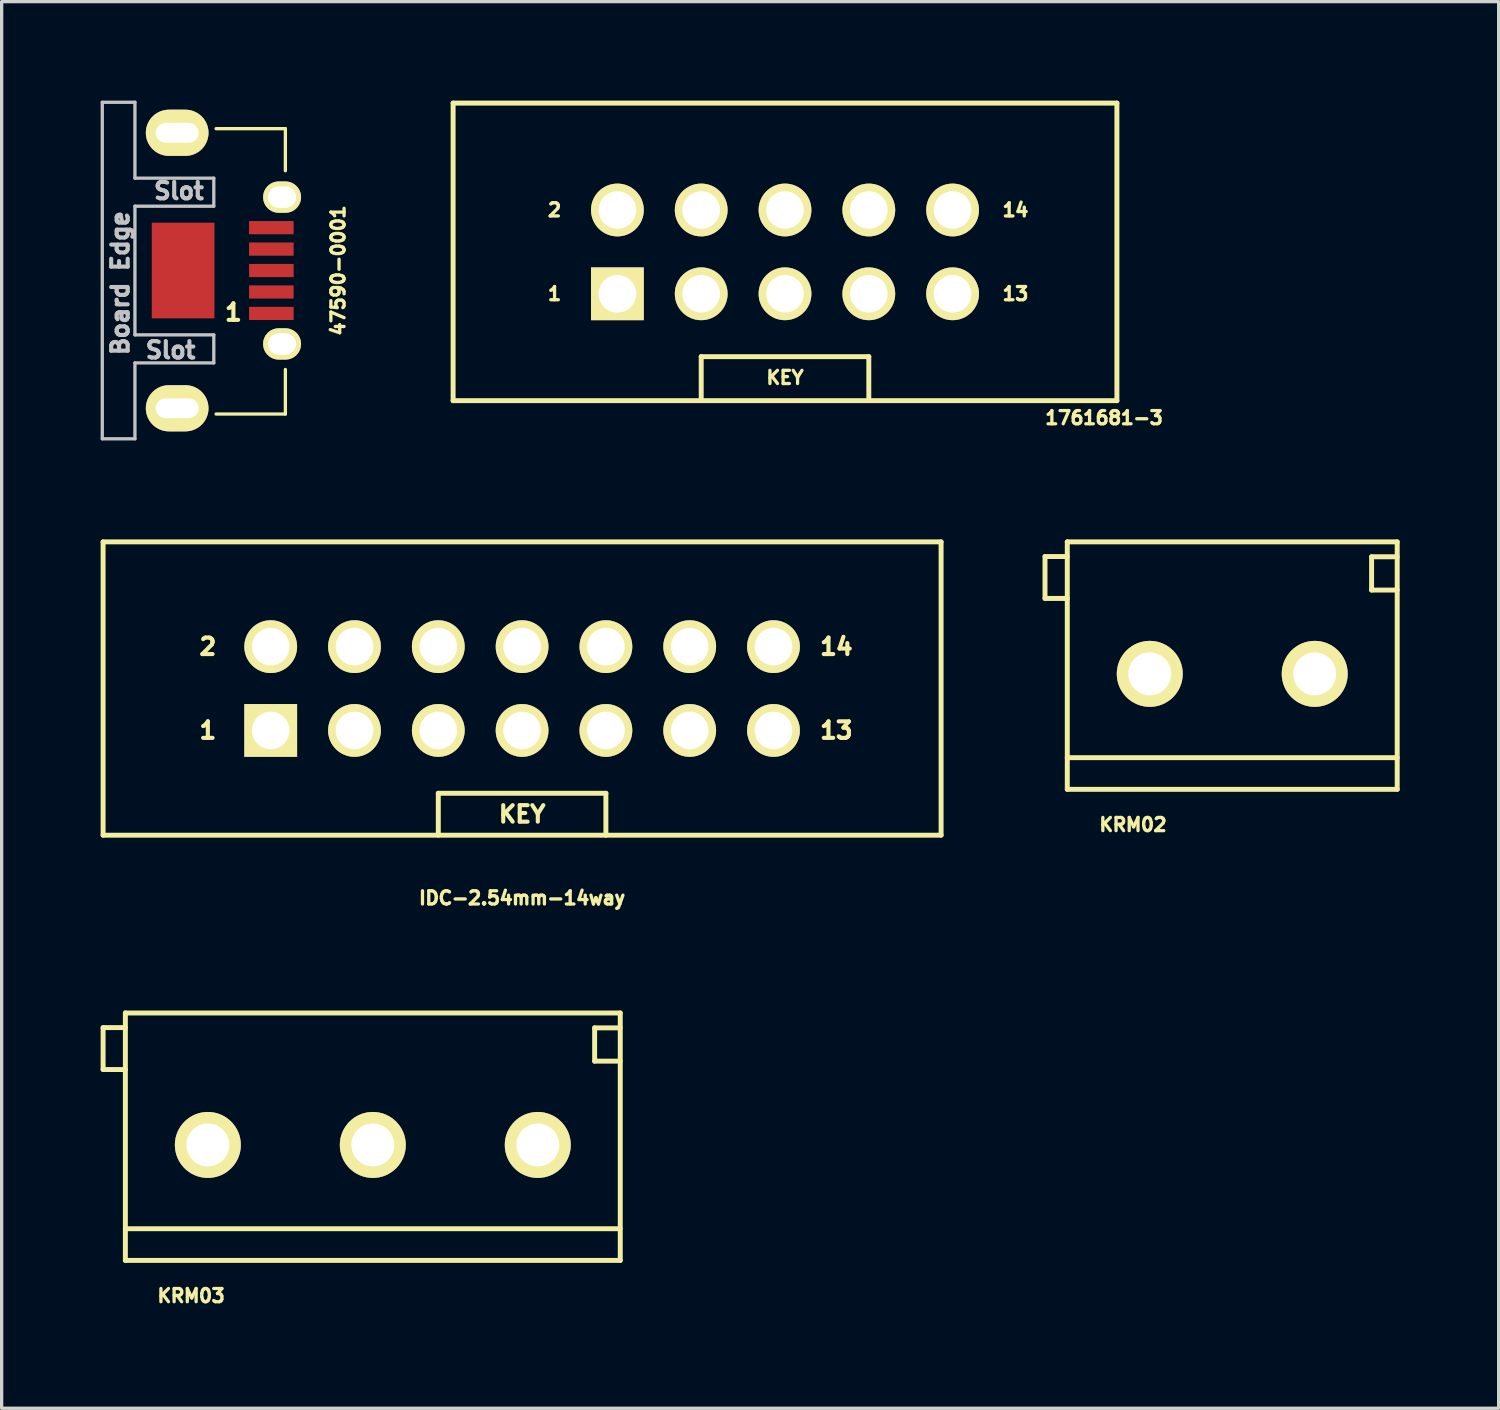
<source format=kicad_pcb>
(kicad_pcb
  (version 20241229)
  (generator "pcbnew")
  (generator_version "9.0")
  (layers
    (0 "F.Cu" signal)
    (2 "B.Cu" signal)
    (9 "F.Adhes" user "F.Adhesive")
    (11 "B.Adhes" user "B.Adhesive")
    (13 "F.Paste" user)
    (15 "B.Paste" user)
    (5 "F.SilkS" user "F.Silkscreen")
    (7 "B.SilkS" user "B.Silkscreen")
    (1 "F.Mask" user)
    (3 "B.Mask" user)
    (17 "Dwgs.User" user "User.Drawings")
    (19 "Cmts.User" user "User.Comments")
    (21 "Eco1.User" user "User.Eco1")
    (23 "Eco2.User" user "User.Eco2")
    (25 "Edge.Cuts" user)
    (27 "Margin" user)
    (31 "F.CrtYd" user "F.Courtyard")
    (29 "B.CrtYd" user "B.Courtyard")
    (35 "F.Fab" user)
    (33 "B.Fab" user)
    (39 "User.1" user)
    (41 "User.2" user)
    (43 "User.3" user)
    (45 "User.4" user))
  (footprint "1761681-3"
    (layer "F.Cu")
    (at 20.744 4.585)
    (property "Reference" "1761681-3" (at 9.67 5.03 0) (layer "F.SilkS") (effects (font (size 0.4 0.4) (thickness 0.1))))
    (attr through_hole)
    (fp_line (start -10.06 -4.51) (end 10.06 -4.51) (stroke (width 0.15) (type solid)) (layer "F.SilkS"))
    (fp_line (start -10.06 4.51) (end -10.06 -4.51) (stroke (width 0.15) (type solid)) (layer "F.SilkS"))
    (fp_line (start -2.54 3.175) (end 2.54 3.175) (stroke (width 0.15) (type solid)) (layer "F.SilkS"))
    (fp_line (start -2.54 4.445) (end -2.54 3.175) (stroke (width 0.15) (type solid)) (layer "F.SilkS"))
    (fp_line (start 2.54 3.175) (end 2.54 4.445) (stroke (width 0.15) (type solid)) (layer "F.SilkS"))
    (fp_line (start 10.06 4.51) (end -10.06 4.51) (stroke (width 0.15) (type solid)) (layer "F.SilkS"))
    (fp_line (start 10.06 4.51) (end 10.06 -4.51) (stroke (width 0.15) (type solid)) (layer "F.SilkS"))
    (fp_text user "14" (at 6.985 -1.27 0) (layer "F.SilkS") (effects (font (size 0.4 0.4) (thickness 0.1))))
    (fp_text user "KEY" (at 0 3.81 0) (layer "F.SilkS") (effects (font (size 0.4 0.4) (thickness 0.1))))
    (fp_text user "1" (at -6.985 1.27 0) (layer "F.SilkS") (effects (font (size 0.4 0.4) (thickness 0.1))))
    (fp_text user "2" (at -6.985 -1.27 0) (layer "F.SilkS") (effects (font (size 0.4 0.4) (thickness 0.1))))
    (fp_text user "13" (at 6.985 1.27 0) (layer "F.SilkS") (effects (font (size 0.4 0.4) (thickness 0.1))))
    (pad "1" thru_hole rect (at -5.08 1.27) (size 1.6 1.6) (drill 1.14) (layers "*.Cu" "*.Mask" "F.SilkS"))
    (pad "2" thru_hole circle (at -5.08 -1.27) (size 1.6 1.6) (drill 1.14) (layers "*.Cu" "*.Mask" "F.SilkS"))
    (pad "3" thru_hole circle (at -2.54 1.27) (size 1.6 1.6) (drill 1.14) (layers "*.Cu" "*.Mask" "F.SilkS"))
    (pad "4" thru_hole circle (at -2.54 -1.27) (size 1.6 1.6) (drill 1.14) (layers "*.Cu" "*.Mask" "F.SilkS"))
    (pad "5" thru_hole circle (at 0 1.27) (size 1.6 1.6) (drill 1.14) (layers "*.Cu" "*.Mask" "F.SilkS"))
    (pad "6" thru_hole circle (at 0 -1.27) (size 1.6 1.6) (drill 1.14) (layers "*.Cu" "*.Mask" "F.SilkS"))
    (pad "7" thru_hole circle (at 2.54 1.27) (size 1.6 1.6) (drill 1.14) (layers "*.Cu" "*.Mask" "F.SilkS"))
    (pad "8" thru_hole circle (at 2.54 -1.27) (size 1.6 1.6) (drill 1.14) (layers "*.Cu" "*.Mask" "F.SilkS"))
    (pad "9" thru_hole circle (at 5.08 1.27) (size 1.6 1.6) (drill 1.14) (layers "*.Cu" "*.Mask" "F.SilkS"))
    (pad "10" thru_hole circle (at 5.08 -1.27) (size 1.6 1.6) (drill 1.14) (layers "*.Cu" "*.Mask" "F.SilkS")))
  (footprint "47590-0001"
    (layer "F.Cu")
    (at 2.5 5.15)
    (property "Reference" "47590-0001" (at 4.699 0 270) (layer "F.SilkS") (effects (font (size 0.4 0.4) (thickness 0.1))))
    (attr through_hole)
    (fp_line (start 1 -4.3) (end 3.1 -4.3) (stroke (width 0.1) (type solid)) (layer "F.SilkS"))
    (fp_line (start 1 4.35) (end 3.1 4.35) (stroke (width 0.1) (type solid)) (layer "F.SilkS"))
    (fp_line (start 3.1 -3.025) (end 3.1 -4.3) (stroke (width 0.1) (type solid)) (layer "F.SilkS"))
    (fp_line (start 3.1 4.35) (end 3.1 3) (stroke (width 0.1) (type solid)) (layer "F.SilkS"))
    (fp_line (start -2.45 -5.1) (end -1.46 -5.1) (stroke (width 0.1) (type solid)) (layer "Dwgs.User"))
    (fp_line (start -2.45 5.1) (end -2.45 -5.1) (stroke (width 0.1) (type solid)) (layer "Dwgs.User"))
    (fp_line (start -2.45 5.1) (end -1.46 5.1) (stroke (width 0.1) (type solid)) (layer "Dwgs.User"))
    (fp_line (start -1.46 -2.8) (end -1.46 -5.1) (stroke (width 0.1) (type solid)) (layer "Dwgs.User"))
    (fp_line (start -1.46 -2.8) (end 0.93 -2.8) (stroke (width 0.1) (type solid)) (layer "Dwgs.User"))
    (fp_line (start -1.46 -1.95) (end 0.93 -1.95) (stroke (width 0.1) (type solid)) (layer "Dwgs.User"))
    (fp_line (start -1.46 1.95) (end -1.46 -1.95) (stroke (width 0.1) (type solid)) (layer "Dwgs.User"))
    (fp_line (start -1.46 1.95) (end 0.93 1.95) (stroke (width 0.1) (type solid)) (layer "Dwgs.User"))
    (fp_line (start -1.46 2.8) (end 0.93 2.8) (stroke (width 0.1) (type solid)) (layer "Dwgs.User"))
    (fp_line (start -1.46 5.1) (end -1.46 2.8) (stroke (width 0.1) (type solid)) (layer "Dwgs.User"))
    (fp_line (start 0.93 -1.95) (end 0.93 -2.8) (stroke (width 0.1) (type solid)) (layer "Dwgs.User"))
    (fp_line (start 0.93 2.8) (end 0.93 1.95) (stroke (width 0.1) (type solid)) (layer "Dwgs.User"))
    (fp_text user "1" (at 1.524 1.27 0) (layer "F.SilkS") (effects (font (size 0.5 0.5) (thickness 0.125))))
    (fp_text user "Slot" (at -0.127 -2.413 0) (layer "Dwgs.User") (effects (font (size 0.5 0.5) (thickness 0.125))))
    (fp_text user "Board Edge" (at -1.905 0.381 90) (layer "Dwgs.User") (effects (font (size 0.5 0.5) (thickness 0.125))))
    (fp_text user "Slot" (at -0.381 2.413 0) (layer "Dwgs.User") (effects (font (size 0.5 0.5) (thickness 0.125))))
    (pad "1" smd rect (at 2.675 1.3) (size 1.35 0.4) (layers "F.Cu" "F.Mask" "F.Paste"))
    (pad "2" smd rect (at 2.675 0.65) (size 1.35 0.4) (layers "F.Cu" "F.Mask" "F.Paste"))
    (pad "3" smd rect (at 2.675 0) (size 1.35 0.4) (layers "F.Cu" "F.Mask" "F.Paste"))
    (pad "4" smd rect (at 2.675 -0.65) (size 1.35 0.4) (layers "F.Cu" "F.Mask" "F.Paste"))
    (pad "5" smd rect (at 2.675 -1.3) (size 1.35 0.4) (layers "F.Cu" "F.Mask" "F.Paste"))
    (pad "6" thru_hole oval (at -0.18 -4.175) (size 1.9 1.4) (drill oval 1.3 0.6) (layers "*.Cu" "*.Mask" "F.SilkS"))
    (pad "6" thru_hole oval (at -0.18 4.175) (size 1.9 1.4) (drill oval 1.3 0.6) (layers "*.Cu" "*.Mask" "F.SilkS"))
    (pad "6" smd rect (at 0 0) (size 1.9 2.9) (layers "F.Cu" "F.Mask" "F.Paste"))
    (pad "6" thru_hole oval (at 3 -2.225) (size 1.15 0.95) (drill oval 0.85 0.65) (layers "*.Cu" "*.Mask" "F.SilkS"))
    (pad "6" thru_hole oval (at 3 2.225) (size 1.15 0.95) (drill oval 0.85 0.65) (layers "*.Cu" "*.Mask" "F.SilkS")))
  (footprint "IDC-2.54mm-14way"
    (layer "F.Cu")
    (at 12.775 17.82)
    (property "Reference" "IDC-2.54mm-14way" (at 0 6.35 0) (layer "F.SilkS") (effects (font (size 0.4 0.4) (thickness 0.1))))
    (attr through_hole)
    (fp_line (start -12.7 -4.445) (end 12.7 -4.445) (stroke (width 0.15) (type solid)) (layer "F.SilkS"))
    (fp_line (start -12.7 4.445) (end -12.7 -4.445) (stroke (width 0.15) (type solid)) (layer "F.SilkS"))
    (fp_line (start -2.54 3.175) (end 2.54 3.175) (stroke (width 0.15) (type solid)) (layer "F.SilkS"))
    (fp_line (start -2.54 4.445) (end -2.54 3.175) (stroke (width 0.15) (type solid)) (layer "F.SilkS"))
    (fp_line (start 2.54 3.175) (end 2.54 4.445) (stroke (width 0.15) (type solid)) (layer "F.SilkS"))
    (fp_line (start 12.7 -4.445) (end 12.7 4.445) (stroke (width 0.15) (type solid)) (layer "F.SilkS"))
    (fp_line (start 12.7 4.445) (end -12.7 4.445) (stroke (width 0.15) (type solid)) (layer "F.SilkS"))
    (fp_text user "1" (at -9.525 1.27 0) (layer "F.SilkS") (effects (font (size 0.5 0.5) (thickness 0.125))))
    (fp_text user "13" (at 9.525 1.27 0) (layer "F.SilkS") (effects (font (size 0.5 0.5) (thickness 0.125))))
    (fp_text user "KEY" (at 0 3.81 0) (layer "F.SilkS") (effects (font (size 0.5 0.5) (thickness 0.125))))
    (fp_text user "2" (at -9.525 -1.27 0) (layer "F.SilkS") (effects (font (size 0.5 0.5) (thickness 0.125))))
    (fp_text user "14" (at 9.525 -1.27 0) (layer "F.SilkS") (effects (font (size 0.5 0.5) (thickness 0.125))))
    (pad "1" thru_hole rect (at -7.62 1.27) (size 1.6 1.6) (drill 1.14) (layers "*.Cu" "*.Mask" "F.SilkS"))
    (pad "2" thru_hole circle (at -7.62 -1.27) (size 1.6 1.6) (drill 1.14) (layers "*.Cu" "*.Mask" "F.SilkS"))
    (pad "3" thru_hole circle (at -5.08 1.27) (size 1.6 1.6) (drill 1.14) (layers "*.Cu" "*.Mask" "F.SilkS"))
    (pad "4" thru_hole circle (at -5.08 -1.27) (size 1.6 1.6) (drill 1.14) (layers "*.Cu" "*.Mask" "F.SilkS"))
    (pad "5" thru_hole circle (at -2.54 1.27) (size 1.6 1.6) (drill 1.14) (layers "*.Cu" "*.Mask" "F.SilkS"))
    (pad "6" thru_hole circle (at -2.54 -1.27) (size 1.6 1.6) (drill 1.14) (layers "*.Cu" "*.Mask" "F.SilkS"))
    (pad "7" thru_hole circle (at 0 1.27) (size 1.6 1.6) (drill 1.14) (layers "*.Cu" "*.Mask" "F.SilkS"))
    (pad "8" thru_hole circle (at 0 -1.27) (size 1.6 1.6) (drill 1.14) (layers "*.Cu" "*.Mask" "F.SilkS"))
    (pad "9" thru_hole circle (at 2.54 1.27) (size 1.6 1.6) (drill 1.14) (layers "*.Cu" "*.Mask" "F.SilkS"))
    (pad "10" thru_hole circle (at 2.54 -1.27) (size 1.6 1.6) (drill 1.14) (layers "*.Cu" "*.Mask" "F.SilkS"))
    (pad "11" thru_hole circle (at 5.08 1.27) (size 1.6 1.6) (drill 1.14) (layers "*.Cu" "*.Mask" "F.SilkS"))
    (pad "12" thru_hole circle (at 5.08 -1.27) (size 1.6 1.6) (drill 1.14) (layers "*.Cu" "*.Mask" "F.SilkS"))
    (pad "13" thru_hole circle (at 7.62 1.27) (size 1.6 1.6) (drill 1.14) (layers "*.Cu" "*.Mask" "F.SilkS"))
    (pad "14" thru_hole circle (at 7.62 -1.27) (size 1.6 1.6) (drill 1.14) (layers "*.Cu" "*.Mask" "F.SilkS")))
  (footprint "KRM03"
    (layer "F.Cu")
    (at 3.25 31.654)
    (property "Reference" "KRM03" (at -0.508 4.572 0) (layer "F.SilkS") (effects (font (size 0.4 0.4) (thickness 0.1))))
    (attr through_hole)
    (fp_line (start -3.175 -3.556) (end -2.5 -3.556) (stroke (width 0.15) (type solid)) (layer "F.SilkS"))
    (fp_line (start -3.175 -2.286) (end -3.175 -3.556) (stroke (width 0.15) (type solid)) (layer "F.SilkS"))
    (fp_line (start -3.175 -2.286) (end -2.5 -2.286) (stroke (width 0.15) (type solid)) (layer "F.SilkS"))
    (fp_line (start -2.5 -4) (end -2.5 3.5) (stroke (width 0.15) (type solid)) (layer "F.SilkS"))
    (fp_line (start -2.5 -4) (end 12.5 -4) (stroke (width 0.15) (type solid)) (layer "F.SilkS"))
    (fp_line (start -2.5 2.54) (end 12.5 2.54) (stroke (width 0.15) (type solid)) (layer "F.SilkS"))
    (fp_line (start -2.5 3.5) (end 12.5 3.5) (stroke (width 0.15) (type solid)) (layer "F.SilkS"))
    (fp_line (start 11.724 -3.549) (end 11.724 -2.54) (stroke (width 0.15) (type solid)) (layer "F.SilkS"))
    (fp_line (start 11.724 -3.549) (end 12.5 -3.549) (stroke (width 0.15) (type solid)) (layer "F.SilkS"))
    (fp_line (start 11.724 -2.54) (end 12.5 -2.54) (stroke (width 0.15) (type solid)) (layer "F.SilkS"))
    (fp_line (start 12.5 -4) (end 12.5 3.5) (stroke (width 0.15) (type solid)) (layer "F.SilkS"))
    (pad "1" thru_hole circle (at 0 0) (size 2 2) (drill 1.3) (layers "*.Cu" "*.Mask" "F.SilkS"))
    (pad "2" thru_hole circle (at 5 0) (size 2 2) (drill 1.3) (layers "*.Cu" "*.Mask" "F.SilkS"))
    (pad "3" thru_hole circle (at 10 0) (size 2 2) (drill 1.3) (layers "*.Cu" "*.Mask" "F.SilkS")))
  (footprint "KRM02"
    (layer "F.Cu")
    (at 31.8 17.375)
    (property "Reference" "KRM02" (at -0.508 4.572 0) (layer "F.SilkS") (effects (font (size 0.4 0.4) (thickness 0.1))))
    (attr through_hole)
    (fp_line (start -3.175 -3.556) (end -2.5 -3.556) (stroke (width 0.15) (type solid)) (layer "F.SilkS"))
    (fp_line (start -3.175 -2.286) (end -3.175 -3.556) (stroke (width 0.15) (type solid)) (layer "F.SilkS"))
    (fp_line (start -3.175 -2.286) (end -2.5 -2.286) (stroke (width 0.15) (type solid)) (layer "F.SilkS"))
    (fp_line (start -2.5 -4) (end -2.5 3.5) (stroke (width 0.15) (type solid)) (layer "F.SilkS"))
    (fp_line (start -2.5 -4) (end 7.5 -4) (stroke (width 0.15) (type solid)) (layer "F.SilkS"))
    (fp_line (start -2.5 2.54) (end 7.5 2.54) (stroke (width 0.15) (type solid)) (layer "F.SilkS"))
    (fp_line (start -2.5 3.5) (end 7.5 3.5) (stroke (width 0.15) (type solid)) (layer "F.SilkS"))
    (fp_line (start 6.724 -3.549) (end 6.724 -2.54) (stroke (width 0.15) (type solid)) (layer "F.SilkS"))
    (fp_line (start 6.724 -3.549) (end 7.5 -3.549) (stroke (width 0.15) (type solid)) (layer "F.SilkS"))
    (fp_line (start 6.724 -2.54) (end 7.5 -2.54) (stroke (width 0.15) (type solid)) (layer "F.SilkS"))
    (fp_line (start 7.5 -4) (end 7.5 3.5) (stroke (width 0.15) (type solid)) (layer "F.SilkS"))
    (pad "1" thru_hole circle (at 0 0) (size 2 2) (drill 1.3) (layers "*.Cu" "*.Mask" "F.SilkS"))
    (pad "2" thru_hole circle (at 5 0) (size 2 2) (drill 1.3) (layers "*.Cu" "*.Mask" "F.SilkS")))
  (gr_rect
    (start -3 -3)
    (end 42.375 39.636)
    (stroke (width 0.1) (type default))
    (fill no)
    (layer "Edge.Cuts")))
</source>
